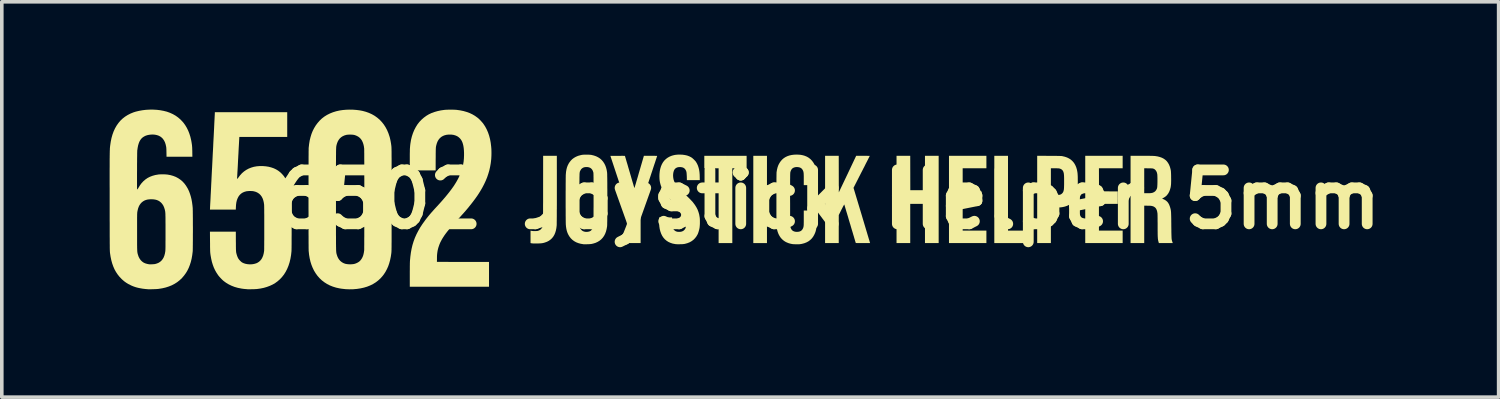
<source format=kicad_pcb>
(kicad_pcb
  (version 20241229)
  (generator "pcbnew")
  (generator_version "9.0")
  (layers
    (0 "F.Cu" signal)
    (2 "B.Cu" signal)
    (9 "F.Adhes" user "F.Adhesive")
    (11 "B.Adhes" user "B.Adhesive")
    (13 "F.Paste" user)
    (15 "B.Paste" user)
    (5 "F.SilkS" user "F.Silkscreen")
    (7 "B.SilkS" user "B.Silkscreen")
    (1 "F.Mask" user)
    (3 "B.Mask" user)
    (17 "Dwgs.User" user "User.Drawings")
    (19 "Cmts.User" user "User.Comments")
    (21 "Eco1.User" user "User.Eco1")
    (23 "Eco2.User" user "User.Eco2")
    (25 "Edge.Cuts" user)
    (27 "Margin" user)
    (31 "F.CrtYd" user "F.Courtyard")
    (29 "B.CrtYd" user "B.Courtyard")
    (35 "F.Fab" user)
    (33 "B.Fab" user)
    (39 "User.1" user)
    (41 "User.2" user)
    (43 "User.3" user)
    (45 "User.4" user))
  (footprint "6502 Joystick Helper 5mm"
    (layer "F.Cu")
    (at 19.987 2.499)
    (property "Reference" "6502 Joystick Helper 5mm" (at 0 0 0) (layer "F.SilkS") (effects (font (size 1.5 1.5) (thickness 0.3))))
    (attr board_only exclude_from_pos_files exclude_from_bom)
    (fp_poly (pts (xy -1.699 0) (xy -1.699 1.214) (xy -1.889 1.214) (xy -2.079 1.214) (xy -2.079 0) (xy -2.079 -1.214) (xy -1.889 -1.214) (xy -1.699 -1.214)) (stroke (width 0) (type solid)) (fill yes) (layer "F.SilkS"))
    (fp_poly (pts (xy 5.007 -0.173) (xy 5.007 0.867) (xy 5.32 0.867) (xy 5.633 0.867) (xy 5.633 1.041) (xy 5.633 1.214) (xy 5.129 1.214) (xy 4.626 1.214) (xy 4.626 0) (xy 4.626 -1.214) (xy 4.816 -1.214) (xy 5.007 -1.214)) (stroke (width 0) (type solid)) (fill yes) (layer "F.SilkS"))
    (fp_poly (pts (xy -2.265 -1.041) (xy -2.265 -0.867) (xy -2.464 -0.867) (xy -2.663 -0.867) (xy -2.663 0.173) (xy -2.663 1.214) (xy -2.853 1.214) (xy -3.044 1.214) (xy -3.044 0.173) (xy -3.044 -0.867) (xy -3.243 -0.867) (xy -3.442 -0.867) (xy -3.442 -1.041) (xy -3.442 -1.214) (xy -2.853 -1.214) (xy -2.265 -1.214)) (stroke (width 0) (type solid)) (fill yes) (layer "F.SilkS"))
    (fp_poly (pts (xy 2.288 -0.72) (xy 2.289 -0.226) (xy 2.493 -0.225) (xy 2.697 -0.224) (xy 2.697 -0.719) (xy 2.697 -1.214) (xy 2.887 -1.214) (xy 3.078 -1.214) (xy 3.078 0) (xy 3.078 1.214) (xy 2.887 1.214) (xy 2.697 1.214) (xy 2.697 0.668) (xy 2.697 0.123) (xy 2.492 0.123) (xy 2.287 0.123) (xy 2.287 0.668) (xy 2.287 1.214) (xy 2.096 1.214) (xy 1.906 1.214) (xy 1.906 0) (xy 1.906 -1.214) (xy 2.096 -1.214) (xy 2.287 -1.214)) (stroke (width 0) (type solid)) (fill yes) (layer "F.SilkS"))
    (fp_poly (pts (xy 4.406 -1.041) (xy 4.406 -0.867) (xy 4.076 -0.867) (xy 3.746 -0.867) (xy 3.746 -0.546) (xy 3.746 -0.224) (xy 4.008 -0.224) (xy 4.271 -0.224) (xy 4.27 -0.052) (xy 4.269 0.121) (xy 4.007 0.122) (xy 3.746 0.123) (xy 3.746 0.495) (xy 3.746 0.867) (xy 4.076 0.867) (xy 4.406 0.867) (xy 4.406 1.041) (xy 4.406 1.214) (xy 3.886 1.214) (xy 3.365 1.214) (xy 3.365 0) (xy 3.365 -1.214) (xy 3.886 -1.214) (xy 4.406 -1.214)) (stroke (width 0) (type solid)) (fill yes) (layer "F.SilkS"))
    (fp_poly (pts (xy 8.197 -1.041) (xy 8.197 -0.867) (xy 7.867 -0.867) (xy 7.537 -0.867) (xy 7.538 -0.547) (xy 7.539 -0.226) (xy 7.8 -0.225) (xy 8.061 -0.224) (xy 8.061 -0.051) (xy 8.061 0.123) (xy 7.799 0.123) (xy 7.537 0.123) (xy 7.537 0.495) (xy 7.537 0.867) (xy 7.867 0.867) (xy 8.197 0.867) (xy 8.197 1.041) (xy 8.197 1.214) (xy 7.676 1.214) (xy 7.156 1.214) (xy 7.156 0) (xy 7.156 -1.214) (xy 7.676 -1.214) (xy 8.197 -1.214)) (stroke (width 0) (type solid)) (fill yes) (layer "F.SilkS"))
    (fp_poly (pts (xy -4.893 -1.214) (xy -4.855 -1.214) (xy -4.825 -1.214) (xy -4.802 -1.213) (xy -4.783 -1.213) (xy -4.77 -1.212) (xy -4.762 -1.212) (xy -4.757 -1.21) (xy -4.755 -1.209) (xy -4.754 -1.208) (xy -4.756 -1.203) (xy -4.76 -1.191) (xy -4.767 -1.172) (xy -4.775 -1.146) (xy -4.786 -1.113) (xy -4.799 -1.074) (xy -4.813 -1.03) (xy -4.83 -0.981) (xy -4.848 -0.927) (xy -4.867 -0.869) (xy -4.887 -0.807) (xy -4.909 -0.741) (xy -4.932 -0.672) (xy -4.955 -0.601) (xy -4.98 -0.528) (xy -4.985 -0.51) (xy -5.214 0.181) (xy -5.214 0.698) (xy -5.214 1.214) (xy -5.404 1.214) (xy -5.595 1.214) (xy -5.595 0.697) (xy -5.595 0.179) (xy -5.825 -0.516) (xy -6.055 -1.212) (xy -5.854 -1.213) (xy -5.813 -1.213) (xy -5.776 -1.213) (xy -5.741 -1.214) (xy -5.711 -1.214) (xy -5.687 -1.213) (xy -5.668 -1.213) (xy -5.656 -1.213) (xy -5.651 -1.213) (xy -5.651 -1.213) (xy -5.65 -1.209) (xy -5.646 -1.197) (xy -5.641 -1.178) (xy -5.633 -1.153) (xy -5.624 -1.121) (xy -5.613 -1.084) (xy -5.601 -1.042) (xy -5.587 -0.996) (xy -5.572 -0.946) (xy -5.557 -0.892) (xy -5.54 -0.835) (xy -5.523 -0.776) (xy -5.52 -0.768) (xy -5.503 -0.708) (xy -5.486 -0.651) (xy -5.471 -0.597) (xy -5.456 -0.546) (xy -5.442 -0.499) (xy -5.429 -0.456) (xy -5.418 -0.419) (xy -5.409 -0.386) (xy -5.401 -0.36) (xy -5.395 -0.34) (xy -5.391 -0.327) (xy -5.389 -0.322) (xy -5.389 -0.322) (xy -5.386 -0.323) (xy -5.384 -0.325) (xy -5.382 -0.33) (xy -5.378 -0.342) (xy -5.373 -0.361) (xy -5.365 -0.387) (xy -5.355 -0.419) (xy -5.344 -0.456) (xy -5.332 -0.499) (xy -5.318 -0.546) (xy -5.303 -0.596) (xy -5.287 -0.65) (xy -5.271 -0.707) (xy -5.254 -0.766) (xy -5.252 -0.772) (xy -5.123 -1.214) (xy -4.938 -1.214)) (stroke (width 0) (type solid)) (fill yes) (layer "F.SilkS"))
    (fp_poly (pts (xy -7.545 -0.273) (xy -7.545 -0.155) (xy -7.545 -0.044) (xy -7.545 0.06) (xy -7.545 0.157) (xy -7.546 0.246) (xy -7.546 0.329) (xy -7.546 0.404) (xy -7.546 0.471) (xy -7.547 0.531) (xy -7.547 0.583) (xy -7.548 0.627) (xy -7.548 0.663) (xy -7.548 0.691) (xy -7.549 0.71) (xy -7.549 0.722) (xy -7.549 0.722) (xy -7.558 0.798) (xy -7.572 0.867) (xy -7.591 0.929) (xy -7.615 0.985) (xy -7.645 1.035) (xy -7.68 1.079) (xy -7.721 1.117) (xy -7.767 1.15) (xy -7.819 1.177) (xy -7.863 1.193) (xy -7.89 1.202) (xy -7.915 1.209) (xy -7.939 1.214) (xy -7.964 1.218) (xy -7.992 1.221) (xy -8.024 1.223) (xy -8.061 1.224) (xy -8.091 1.225) (xy -8.122 1.225) (xy -8.152 1.225) (xy -8.18 1.225) (xy -8.203 1.224) (xy -8.221 1.223) (xy -8.228 1.222) (xy -8.245 1.22) (xy -8.259 1.218) (xy -8.267 1.216) (xy -8.277 1.214) (xy -8.277 1.041) (xy -8.277 0.869) (xy -8.248 0.874) (xy -8.228 0.877) (xy -8.203 0.879) (xy -8.175 0.88) (xy -8.146 0.88) (xy -8.118 0.879) (xy -8.094 0.877) (xy -8.076 0.875) (xy -8.073 0.874) (xy -8.034 0.86) (xy -8.001 0.84) (xy -7.975 0.814) (xy -7.954 0.783) (xy -7.938 0.744) (xy -7.936 0.736) (xy -7.935 0.732) (xy -7.934 0.728) (xy -7.933 0.723) (xy -7.933 0.717) (xy -7.932 0.708) (xy -7.932 0.698) (xy -7.931 0.685) (xy -7.931 0.67) (xy -7.93 0.652) (xy -7.93 0.63) (xy -7.929 0.604) (xy -7.929 0.575) (xy -7.929 0.541) (xy -7.929 0.502) (xy -7.928 0.459) (xy -7.928 0.41) (xy -7.928 0.355) (xy -7.928 0.294) (xy -7.928 0.227) (xy -7.928 0.154) (xy -7.927 0.073) (xy -7.927 -0.015) (xy -7.927 -0.111) (xy -7.927 -0.215) (xy -7.927 -0.253) (xy -7.926 -1.214) (xy -7.735 -1.214) (xy -7.545 -1.214)) (stroke (width 0) (type solid)) (fill yes) (layer "F.SilkS"))
    (fp_poly (pts (xy 0.299 -0.705) (xy 0.3 -0.197) (xy 0.542 -0.705) (xy 0.783 -1.214) (xy 0.972 -1.214) (xy 1.011 -1.214) (xy 1.047 -1.214) (xy 1.08 -1.214) (xy 1.109 -1.213) (xy 1.132 -1.213) (xy 1.149 -1.213) (xy 1.159 -1.212) (xy 1.161 -1.212) (xy 1.159 -1.208) (xy 1.154 -1.197) (xy 1.145 -1.179) (xy 1.133 -1.156) (xy 1.118 -1.126) (xy 1.101 -1.092) (xy 1.081 -1.052) (xy 1.058 -1.009) (xy 1.034 -0.961) (xy 1.009 -0.91) (xy 0.981 -0.857) (xy 0.953 -0.801) (xy 0.935 -0.767) (xy 0.709 -0.323) (xy 0.94 0.444) (xy 0.963 0.522) (xy 0.986 0.598) (xy 1.008 0.672) (xy 1.029 0.742) (xy 1.049 0.809) (xy 1.068 0.873) (xy 1.086 0.932) (xy 1.102 0.987) (xy 1.117 1.036) (xy 1.13 1.081) (xy 1.142 1.119) (xy 1.152 1.152) (xy 1.159 1.178) (xy 1.165 1.197) (xy 1.169 1.209) (xy 1.17 1.213) (xy 1.166 1.213) (xy 1.154 1.213) (xy 1.135 1.214) (xy 1.111 1.214) (xy 1.081 1.214) (xy 1.047 1.214) (xy 1.01 1.214) (xy 0.971 1.214) (xy 0.925 1.214) (xy 0.886 1.214) (xy 0.855 1.214) (xy 0.83 1.214) (xy 0.81 1.213) (xy 0.796 1.213) (xy 0.785 1.212) (xy 0.778 1.211) (xy 0.774 1.21) (xy 0.771 1.209) (xy 0.77 1.207) (xy 0.77 1.207) (xy 0.769 1.202) (xy 0.765 1.189) (xy 0.759 1.17) (xy 0.751 1.143) (xy 0.742 1.111) (xy 0.73 1.073) (xy 0.718 1.029) (xy 0.703 0.981) (xy 0.688 0.929) (xy 0.671 0.873) (xy 0.653 0.814) (xy 0.635 0.752) (xy 0.616 0.687) (xy 0.611 0.673) (xy 0.592 0.608) (xy 0.573 0.545) (xy 0.556 0.485) (xy 0.539 0.429) (xy 0.523 0.376) (xy 0.508 0.327) (xy 0.495 0.282) (xy 0.483 0.243) (xy 0.473 0.209) (xy 0.465 0.182) (xy 0.459 0.161) (xy 0.454 0.147) (xy 0.452 0.14) (xy 0.452 0.14) (xy 0.45 0.142) (xy 0.444 0.151) (xy 0.435 0.167) (xy 0.423 0.188) (xy 0.409 0.215) (xy 0.393 0.247) (xy 0.374 0.283) (xy 0.374 0.283) (xy 0.299 0.434) (xy 0.298 0.824) (xy 0.298 1.214) (xy 0.108 1.214) (xy -0.082 1.214) (xy -0.082 0) (xy -0.082 -1.214) (xy 0.108 -1.214) (xy 0.298 -1.214)) (stroke (width 0) (type solid)) (fill yes) (layer "F.SilkS"))
    (fp_poly (pts (xy 6.152 -1.213) (xy 6.214 -1.213) (xy 6.269 -1.212) (xy 6.316 -1.212) (xy 6.356 -1.212) (xy 6.391 -1.211) (xy 6.42 -1.211) (xy 6.444 -1.21) (xy 6.464 -1.209) (xy 6.48 -1.209) (xy 6.493 -1.208) (xy 6.504 -1.207) (xy 6.513 -1.206) (xy 6.52 -1.204) (xy 6.521 -1.204) (xy 6.589 -1.188) (xy 6.65 -1.167) (xy 6.705 -1.14) (xy 6.753 -1.109) (xy 6.795 -1.072) (xy 6.832 -1.03) (xy 6.849 -1.007) (xy 6.88 -0.953) (xy 6.905 -0.895) (xy 6.924 -0.831) (xy 6.933 -0.787) (xy 6.937 -0.763) (xy 6.941 -0.738) (xy 6.943 -0.711) (xy 6.945 -0.682) (xy 6.947 -0.648) (xy 6.948 -0.609) (xy 6.948 -0.563) (xy 6.949 -0.511) (xy 6.949 -0.491) (xy 6.948 -0.433) (xy 6.948 -0.382) (xy 6.946 -0.338) (xy 6.945 -0.299) (xy 6.942 -0.265) (xy 6.939 -0.234) (xy 6.934 -0.206) (xy 6.929 -0.179) (xy 6.923 -0.153) (xy 6.92 -0.144) (xy 6.899 -0.079) (xy 6.872 -0.021) (xy 6.839 0.031) (xy 6.801 0.077) (xy 6.756 0.117) (xy 6.706 0.15) (xy 6.651 0.177) (xy 6.59 0.198) (xy 6.569 0.203) (xy 6.542 0.209) (xy 6.515 0.214) (xy 6.487 0.218) (xy 6.457 0.221) (xy 6.423 0.223) (xy 6.384 0.224) (xy 6.338 0.224) (xy 6.321 0.224) (xy 6.2 0.224) (xy 6.2 0.719) (xy 6.2 1.214) (xy 6.009 1.214) (xy 5.819 1.214) (xy 5.819 -0.000213) (xy 5.819 -0.495) (xy 6.2 -0.495) (xy 6.2 -0.123) (xy 6.308 -0.123) (xy 6.345 -0.123) (xy 6.374 -0.123) (xy 6.396 -0.124) (xy 6.414 -0.125) (xy 6.428 -0.127) (xy 6.439 -0.129) (xy 6.442 -0.129) (xy 6.465 -0.136) (xy 6.482 -0.144) (xy 6.498 -0.155) (xy 6.513 -0.168) (xy 6.531 -0.189) (xy 6.545 -0.214) (xy 6.555 -0.246) (xy 6.562 -0.278) (xy 6.563 -0.295) (xy 6.565 -0.32) (xy 6.566 -0.35) (xy 6.567 -0.385) (xy 6.568 -0.424) (xy 6.568 -0.465) (xy 6.568 -0.506) (xy 6.568 -0.548) (xy 6.568 -0.587) (xy 6.567 -0.624) (xy 6.566 -0.657) (xy 6.564 -0.685) (xy 6.562 -0.705) (xy 6.562 -0.712) (xy 6.553 -0.752) (xy 6.541 -0.785) (xy 6.524 -0.811) (xy 6.502 -0.832) (xy 6.481 -0.845) (xy 6.468 -0.851) (xy 6.455 -0.856) (xy 6.442 -0.86) (xy 6.428 -0.863) (xy 6.41 -0.865) (xy 6.388 -0.866) (xy 6.36 -0.867) (xy 6.326 -0.867) (xy 6.309 -0.867) (xy 6.2 -0.867) (xy 6.2 -0.495) (xy 5.819 -0.495) (xy 5.819 -1.215)) (stroke (width 0) (type solid)) (fill yes) (layer "F.SilkS"))
    (fp_poly (pts (xy 8.793 -1.214) (xy 8.848 -1.214) (xy 8.896 -1.214) (xy 8.937 -1.214) (xy 8.972 -1.213) (xy 9.002 -1.213) (xy 9.028 -1.212) (xy 9.049 -1.211) (xy 9.067 -1.211) (xy 9.082 -1.209) (xy 9.095 -1.208) (xy 9.1 -1.208) (xy 9.17 -1.197) (xy 9.234 -1.18) (xy 9.292 -1.159) (xy 9.343 -1.132) (xy 9.388 -1.099) (xy 9.427 -1.061) (xy 9.46 -1.016) (xy 9.488 -0.966) (xy 9.511 -0.909) (xy 9.529 -0.845) (xy 9.534 -0.819) (xy 9.537 -0.806) (xy 9.539 -0.792) (xy 9.54 -0.778) (xy 9.541 -0.762) (xy 9.542 -0.742) (xy 9.543 -0.719) (xy 9.544 -0.69) (xy 9.545 -0.654) (xy 9.545 -0.617) (xy 9.546 -0.563) (xy 9.546 -0.517) (xy 9.545 -0.477) (xy 9.544 -0.443) (xy 9.542 -0.413) (xy 9.539 -0.386) (xy 9.536 -0.362) (xy 9.532 -0.339) (xy 9.529 -0.326) (xy 9.512 -0.266) (xy 9.49 -0.211) (xy 9.463 -0.163) (xy 9.431 -0.121) (xy 9.409 -0.098) (xy 9.391 -0.083) (xy 9.37 -0.068) (xy 9.347 -0.053) (xy 9.326 -0.041) (xy 9.314 -0.036) (xy 9.304 -0.031) (xy 9.298 -0.026) (xy 9.298 -0.025) (xy 9.302 -0.021) (xy 9.312 -0.016) (xy 9.326 -0.01) (xy 9.33 -0.008) (xy 9.371 0.012) (xy 9.408 0.037) (xy 9.44 0.066) (xy 9.467 0.102) (xy 9.49 0.144) (xy 9.509 0.193) (xy 9.523 0.238) (xy 9.527 0.254) (xy 9.531 0.269) (xy 9.534 0.284) (xy 9.537 0.299) (xy 9.539 0.315) (xy 9.541 0.332) (xy 9.543 0.353) (xy 9.544 0.376) (xy 9.545 0.402) (xy 9.546 0.433) (xy 9.547 0.469) (xy 9.548 0.51) (xy 9.549 0.557) (xy 9.549 0.611) (xy 9.55 0.672) (xy 9.55 0.719) (xy 9.551 0.786) (xy 9.552 0.844) (xy 9.552 0.895) (xy 9.553 0.94) (xy 9.554 0.979) (xy 9.555 1.012) (xy 9.556 1.04) (xy 9.557 1.064) (xy 9.558 1.085) (xy 9.56 1.102) (xy 9.562 1.118) (xy 9.565 1.131) (xy 9.568 1.143) (xy 9.571 1.155) (xy 9.575 1.167) (xy 9.579 1.179) (xy 9.579 1.179) (xy 9.591 1.214) (xy 9.398 1.214) (xy 9.205 1.214) (xy 9.196 1.186) (xy 9.192 1.17) (xy 9.188 1.155) (xy 9.184 1.139) (xy 9.181 1.122) (xy 9.179 1.103) (xy 9.176 1.082) (xy 9.175 1.057) (xy 9.173 1.029) (xy 9.172 0.996) (xy 9.171 0.958) (xy 9.171 0.915) (xy 9.17 0.865) (xy 9.17 0.809) (xy 9.17 0.745) (xy 9.17 0.704) (xy 9.17 0.655) (xy 9.169 0.607) (xy 9.169 0.562) (xy 9.169 0.52) (xy 9.168 0.482) (xy 9.168 0.449) (xy 9.167 0.422) (xy 9.166 0.401) (xy 9.166 0.388) (xy 9.165 0.385) (xy 9.157 0.336) (xy 9.145 0.295) (xy 9.129 0.26) (xy 9.108 0.232) (xy 9.081 0.21) (xy 9.05 0.193) (xy 9.013 0.182) (xy 9.001 0.18) (xy 8.983 0.177) (xy 8.957 0.175) (xy 8.926 0.174) (xy 8.891 0.174) (xy 8.883 0.174) (xy 8.797 0.173) (xy 8.797 0.694) (xy 8.797 1.214) (xy 8.607 1.214) (xy 8.417 1.214) (xy 8.417 0) (xy 8.417 -0.521) (xy 8.797 -0.521) (xy 8.797 -0.173) (xy 8.881 -0.174) (xy 8.909 -0.174) (xy 8.936 -0.174) (xy 8.96 -0.175) (xy 8.98 -0.176) (xy 8.993 -0.178) (xy 9.034 -0.187) (xy 9.07 -0.204) (xy 9.101 -0.226) (xy 9.125 -0.255) (xy 9.145 -0.29) (xy 9.155 -0.319) (xy 9.157 -0.332) (xy 9.16 -0.352) (xy 9.161 -0.377) (xy 9.163 -0.408) (xy 9.164 -0.442) (xy 9.165 -0.479) (xy 9.165 -0.516) (xy 9.165 -0.554) (xy 9.165 -0.591) (xy 9.164 -0.625) (xy 9.163 -0.656) (xy 9.162 -0.681) (xy 9.16 -0.701) (xy 9.159 -0.708) (xy 9.149 -0.75) (xy 9.133 -0.786) (xy 9.111 -0.816) (xy 9.086 -0.84) (xy 9.056 -0.855) (xy 9.049 -0.858) (xy 9.041 -0.86) (xy 9.032 -0.862) (xy 9.022 -0.863) (xy 9.007 -0.864) (xy 8.989 -0.865) (xy 8.964 -0.866) (xy 8.933 -0.866) (xy 8.915 -0.866) (xy 8.797 -0.868) (xy 8.797 -0.521) (xy 8.417 -0.521) (xy 8.417 -1.214) (xy 8.731 -1.214)) (stroke (width 0) (type solid)) (fill yes) (layer "F.SilkS"))
    (fp_poly (pts (xy -4.05 -1.245) (xy -3.983 -1.236) (xy -3.92 -1.222) (xy -3.863 -1.201) (xy -3.811 -1.175) (xy -3.802 -1.169) (xy -3.78 -1.154) (xy -3.756 -1.133) (xy -3.731 -1.11) (xy -3.707 -1.085) (xy -3.686 -1.062) (xy -3.671 -1.041) (xy -3.643 -0.993) (xy -3.62 -0.942) (xy -3.602 -0.887) (xy -3.587 -0.828) (xy -3.577 -0.763) (xy -3.571 -0.691) (xy -3.569 -0.613) (xy -3.569 -0.602) (xy -3.568 -0.537) (xy -3.748 -0.537) (xy -3.927 -0.537) (xy -3.929 -0.634) (xy -3.931 -0.674) (xy -3.933 -0.706) (xy -3.935 -0.734) (xy -3.938 -0.756) (xy -3.942 -0.775) (xy -3.948 -0.792) (xy -3.953 -0.804) (xy -3.971 -0.836) (xy -3.994 -0.862) (xy -4.022 -0.881) (xy -4.056 -0.894) (xy -4.095 -0.9) (xy -4.121 -0.901) (xy -4.163 -0.899) (xy -4.199 -0.89) (xy -4.23 -0.874) (xy -4.256 -0.853) (xy -4.277 -0.825) (xy -4.292 -0.79) (xy -4.303 -0.749) (xy -4.309 -0.708) (xy -4.311 -0.655) (xy -4.306 -0.6) (xy -4.297 -0.554) (xy -4.284 -0.513) (xy -4.266 -0.472) (xy -4.243 -0.431) (xy -4.215 -0.388) (xy -4.181 -0.345) (xy -4.14 -0.299) (xy -4.093 -0.25) (xy -4.039 -0.199) (xy -4.019 -0.18) (xy -3.975 -0.14) (xy -3.933 -0.1) (xy -3.892 -0.061) (xy -3.854 -0.023) (xy -3.82 0.012) (xy -3.79 0.044) (xy -3.764 0.072) (xy -3.751 0.089) (xy -3.703 0.153) (xy -3.663 0.217) (xy -3.63 0.281) (xy -3.605 0.348) (xy -3.585 0.417) (xy -3.572 0.491) (xy -3.568 0.524) (xy -3.566 0.555) (xy -3.565 0.591) (xy -3.565 0.63) (xy -3.565 0.671) (xy -3.567 0.711) (xy -3.57 0.749) (xy -3.573 0.781) (xy -3.577 0.803) (xy -3.583 0.831) (xy -3.591 0.862) (xy -3.6 0.894) (xy -3.61 0.925) (xy -3.62 0.952) (xy -3.63 0.973) (xy -3.63 0.974) (xy -3.663 1.03) (xy -3.702 1.08) (xy -3.746 1.124) (xy -3.796 1.161) (xy -3.851 1.192) (xy -3.912 1.216) (xy -3.977 1.234) (xy -3.996 1.238) (xy -4.02 1.241) (xy -4.05 1.244) (xy -4.085 1.245) (xy -4.122 1.246) (xy -4.159 1.247) (xy -4.195 1.246) (xy -4.226 1.244) (xy -4.251 1.242) (xy -4.254 1.241) (xy -4.322 1.228) (xy -4.385 1.207) (xy -4.442 1.181) (xy -4.493 1.148) (xy -4.539 1.109) (xy -4.579 1.064) (xy -4.614 1.012) (xy -4.642 0.954) (xy -4.665 0.89) (xy -4.683 0.82) (xy -4.694 0.747) (xy -4.695 0.731) (xy -4.696 0.709) (xy -4.697 0.683) (xy -4.698 0.652) (xy -4.698 0.621) (xy -4.698 0.604) (xy -4.698 0.499) (xy -4.518 0.499) (xy -4.339 0.499) (xy -4.337 0.619) (xy -4.337 0.658) (xy -4.336 0.689) (xy -4.335 0.715) (xy -4.333 0.736) (xy -4.331 0.753) (xy -4.327 0.768) (xy -4.323 0.782) (xy -4.317 0.796) (xy -4.31 0.811) (xy -4.31 0.811) (xy -4.292 0.84) (xy -4.267 0.865) (xy -4.238 0.884) (xy -4.204 0.896) (xy -4.2 0.897) (xy -4.182 0.9) (xy -4.158 0.901) (xy -4.133 0.901) (xy -4.108 0.9) (xy -4.088 0.898) (xy -4.082 0.896) (xy -4.046 0.884) (xy -4.015 0.865) (xy -3.99 0.84) (xy -3.971 0.811) (xy -3.964 0.794) (xy -3.953 0.755) (xy -3.947 0.711) (xy -3.944 0.663) (xy -3.946 0.613) (xy -3.951 0.564) (xy -3.961 0.517) (xy -3.971 0.48) (xy -3.983 0.451) (xy -3.995 0.423) (xy -4.01 0.395) (xy -4.028 0.367) (xy -4.049 0.338) (xy -4.073 0.307) (xy -4.102 0.275) (xy -4.135 0.24) (xy -4.173 0.202) (xy -4.217 0.16) (xy -4.267 0.113) (xy -4.278 0.103) (xy -4.343 0.042) (xy -4.401 -0.016) (xy -4.453 -0.071) (xy -4.499 -0.123) (xy -4.538 -0.174) (xy -4.573 -0.224) (xy -4.602 -0.273) (xy -4.626 -0.323) (xy -4.647 -0.373) (xy -4.663 -0.425) (xy -4.676 -0.478) (xy -4.683 -0.517) (xy -4.686 -0.542) (xy -4.689 -0.574) (xy -4.69 -0.608) (xy -4.691 -0.645) (xy -4.69 -0.68) (xy -4.689 -0.709) (xy -4.681 -0.786) (xy -4.667 -0.857) (xy -4.647 -0.923) (xy -4.621 -0.983) (xy -4.589 -1.038) (xy -4.551 -1.086) (xy -4.507 -1.128) (xy -4.458 -1.164) (xy -4.403 -1.194) (xy -4.343 -1.218) (xy -4.286 -1.233) (xy -4.25 -1.24) (xy -4.216 -1.244) (xy -4.179 -1.247) (xy -4.138 -1.248) (xy -4.123 -1.248)) (stroke (width 0) (type solid)) (fill yes) (layer "F.SilkS"))
    (fp_poly (pts (xy -0.817 -1.246) (xy -0.765 -1.242) (xy -0.716 -1.233) (xy -0.669 -1.221) (xy -0.645 -1.213) (xy -0.587 -1.189) (xy -0.535 -1.158) (xy -0.487 -1.12) (xy -0.445 -1.076) (xy -0.408 -1.026) (xy -0.377 -0.971) (xy -0.352 -0.909) (xy -0.341 -0.871) (xy -0.336 -0.851) (xy -0.331 -0.833) (xy -0.328 -0.815) (xy -0.325 -0.796) (xy -0.322 -0.776) (xy -0.321 -0.753) (xy -0.319 -0.727) (xy -0.318 -0.696) (xy -0.317 -0.66) (xy -0.317 -0.617) (xy -0.316 -0.579) (xy -0.314 -0.398) (xy -0.495 -0.398) (xy -0.675 -0.398) (xy -0.675 -0.558) (xy -0.675 -0.605) (xy -0.675 -0.645) (xy -0.676 -0.678) (xy -0.677 -0.705) (xy -0.678 -0.728) (xy -0.681 -0.747) (xy -0.683 -0.763) (xy -0.687 -0.777) (xy -0.692 -0.791) (xy -0.697 -0.804) (xy -0.699 -0.809) (xy -0.718 -0.84) (xy -0.741 -0.865) (xy -0.77 -0.883) (xy -0.805 -0.895) (xy -0.846 -0.901) (xy -0.865 -0.902) (xy -0.908 -0.899) (xy -0.945 -0.889) (xy -0.977 -0.874) (xy -1.003 -0.852) (xy -1.024 -0.823) (xy -1.04 -0.788) (xy -1.049 -0.754) (xy -1.05 -0.749) (xy -1.051 -0.743) (xy -1.051 -0.735) (xy -1.052 -0.725) (xy -1.052 -0.712) (xy -1.053 -0.696) (xy -1.053 -0.677) (xy -1.054 -0.655) (xy -1.054 -0.628) (xy -1.054 -0.597) (xy -1.055 -0.561) (xy -1.055 -0.519) (xy -1.055 -0.473) (xy -1.055 -0.42) (xy -1.055 -0.361) (xy -1.055 -0.295) (xy -1.055 -0.222) (xy -1.055 -0.141) (xy -1.056 -0.053) (xy -1.056 0.002) (xy -1.055 0.106) (xy -1.055 0.202) (xy -1.055 0.289) (xy -1.055 0.369) (xy -1.055 0.44) (xy -1.055 0.504) (xy -1.054 0.56) (xy -1.054 0.609) (xy -1.054 0.65) (xy -1.053 0.684) (xy -1.053 0.711) (xy -1.052 0.73) (xy -1.052 0.743) (xy -1.051 0.75) (xy -1.039 0.791) (xy -1.023 0.826) (xy -1.002 0.854) (xy -0.976 0.875) (xy -0.944 0.89) (xy -0.907 0.899) (xy -0.867 0.902) (xy -0.825 0.899) (xy -0.788 0.891) (xy -0.757 0.877) (xy -0.732 0.857) (xy -0.711 0.831) (xy -0.702 0.815) (xy -0.697 0.803) (xy -0.692 0.791) (xy -0.687 0.779) (xy -0.684 0.767) (xy -0.681 0.753) (xy -0.679 0.736) (xy -0.677 0.716) (xy -0.676 0.692) (xy -0.676 0.663) (xy -0.675 0.628) (xy -0.675 0.587) (xy -0.675 0.538) (xy -0.675 0.516) (xy -0.675 0.309) (xy -0.495 0.309) (xy -0.315 0.309) (xy -0.316 0.534) (xy -0.317 0.586) (xy -0.317 0.63) (xy -0.318 0.667) (xy -0.318 0.698) (xy -0.319 0.723) (xy -0.32 0.744) (xy -0.321 0.761) (xy -0.322 0.776) (xy -0.323 0.788) (xy -0.325 0.798) (xy -0.325 0.8) (xy -0.334 0.843) (xy -0.344 0.884) (xy -0.356 0.919) (xy -0.358 0.926) (xy -0.386 0.987) (xy -0.418 1.042) (xy -0.456 1.09) (xy -0.499 1.131) (xy -0.548 1.167) (xy -0.603 1.196) (xy -0.663 1.219) (xy -0.729 1.236) (xy -0.778 1.244) (xy -0.799 1.246) (xy -0.827 1.247) (xy -0.859 1.247) (xy -0.893 1.247) (xy -0.925 1.246) (xy -0.955 1.245) (xy -0.98 1.243) (xy -0.988 1.242) (xy -1.032 1.234) (xy -1.071 1.224) (xy -1.11 1.212) (xy -1.114 1.21) (xy -1.172 1.185) (xy -1.224 1.153) (xy -1.27 1.115) (xy -1.312 1.071) (xy -1.347 1.02) (xy -1.377 0.964) (xy -1.401 0.902) (xy -1.419 0.835) (xy -1.431 0.762) (xy -1.432 0.756) (xy -1.432 0.747) (xy -1.433 0.729) (xy -1.433 0.704) (xy -1.434 0.672) (xy -1.434 0.634) (xy -1.435 0.591) (xy -1.435 0.542) (xy -1.435 0.488) (xy -1.436 0.431) (xy -1.436 0.369) (xy -1.436 0.305) (xy -1.436 0.239) (xy -1.436 0.17) (xy -1.436 0.101) (xy -1.436 0.03) (xy -1.436 -0.041) (xy -1.436 -0.111) (xy -1.436 -0.181) (xy -1.436 -0.249) (xy -1.436 -0.315) (xy -1.436 -0.379) (xy -1.436 -0.44) (xy -1.435 -0.497) (xy -1.435 -0.549) (xy -1.435 -0.598) (xy -1.434 -0.641) (xy -1.434 -0.678) (xy -1.433 -0.708) (xy -1.433 -0.732) (xy -1.432 -0.749) (xy -1.432 -0.756) (xy -1.42 -0.829) (xy -1.403 -0.897) (xy -1.38 -0.959) (xy -1.35 -1.015) (xy -1.315 -1.066) (xy -1.275 -1.111) (xy -1.229 -1.15) (xy -1.178 -1.182) (xy -1.126 -1.206) (xy -1.072 -1.224) (xy -1.013 -1.237) (xy -0.95 -1.245) (xy -0.881 -1.248) (xy -0.876 -1.248)) (stroke (width 0) (type solid)) (fill yes) (layer "F.SilkS"))
    (fp_poly (pts (xy -10.458 -2.497) (xy -10.42 -2.497) (xy -10.386 -2.496) (xy -10.357 -2.494) (xy -10.337 -2.493) (xy -10.237 -2.479) (xy -10.143 -2.46) (xy -10.056 -2.435) (xy -9.973 -2.405) (xy -9.897 -2.369) (xy -9.825 -2.327) (xy -9.758 -2.279) (xy -9.747 -2.271) (xy -9.719 -2.247) (xy -9.689 -2.218) (xy -9.658 -2.186) (xy -9.629 -2.153) (xy -9.602 -2.122) (xy -9.588 -2.103) (xy -9.539 -2.029) (xy -9.497 -1.95) (xy -9.46 -1.866) (xy -9.429 -1.776) (xy -9.404 -1.681) (xy -9.385 -1.58) (xy -9.372 -1.472) (xy -9.369 -1.437) (xy -9.366 -1.402) (xy -9.365 -1.361) (xy -9.364 -1.316) (xy -9.364 -1.27) (xy -9.365 -1.223) (xy -9.367 -1.18) (xy -9.369 -1.141) (xy -9.371 -1.115) (xy -9.383 -1.012) (xy -9.401 -0.91) (xy -9.423 -0.811) (xy -9.452 -0.712) (xy -9.485 -0.614) (xy -9.525 -0.517) (xy -9.571 -0.419) (xy -9.623 -0.32) (xy -9.682 -0.22) (xy -9.747 -0.118) (xy -9.82 -0.015) (xy -9.9 0.091) (xy -9.987 0.2) (xy -10.02 0.241) (xy -10.053 0.28) (xy -10.085 0.318) (xy -10.118 0.355) (xy -10.151 0.393) (xy -10.188 0.433) (xy -10.227 0.477) (xy -10.271 0.525) (xy -10.295 0.55) (xy -10.366 0.628) (xy -10.431 0.7) (xy -10.49 0.768) (xy -10.543 0.832) (xy -10.592 0.892) (xy -10.635 0.948) (xy -10.674 1.002) (xy -10.708 1.054) (xy -10.739 1.104) (xy -10.765 1.153) (xy -10.789 1.2) (xy -10.809 1.247) (xy -10.826 1.295) (xy -10.842 1.342) (xy -10.851 1.377) (xy -10.862 1.423) (xy -10.869 1.468) (xy -10.875 1.515) (xy -10.879 1.565) (xy -10.88 1.622) (xy -10.88 1.637) (xy -10.881 1.737) (xy -10.156 1.738) (xy -9.432 1.739) (xy -9.432 2.084) (xy -9.432 2.428) (xy -10.534 2.428) (xy -11.636 2.428) (xy -11.636 2.104) (xy -11.636 2.05) (xy -11.636 1.998) (xy -11.635 1.947) (xy -11.635 1.9) (xy -11.635 1.856) (xy -11.634 1.816) (xy -11.634 1.781) (xy -11.633 1.753) (xy -11.632 1.731) (xy -11.632 1.718) (xy -11.621 1.596) (xy -11.606 1.481) (xy -11.586 1.372) (xy -11.561 1.267) (xy -11.53 1.166) (xy -11.494 1.068) (xy -11.451 0.971) (xy -11.402 0.876) (xy -11.347 0.78) (xy -11.284 0.684) (xy -11.215 0.588) (xy -11.182 0.544) (xy -11.148 0.501) (xy -11.113 0.457) (xy -11.076 0.413) (xy -11.037 0.367) (xy -10.993 0.318) (xy -10.946 0.265) (xy -10.893 0.208) (xy -10.881 0.195) (xy -10.797 0.103) (xy -10.719 0.015) (xy -10.648 -0.068) (xy -10.583 -0.147) (xy -10.523 -0.223) (xy -10.469 -0.295) (xy -10.419 -0.365) (xy -10.375 -0.433) (xy -10.335 -0.499) (xy -10.299 -0.564) (xy -10.267 -0.628) (xy -10.239 -0.691) (xy -10.214 -0.754) (xy -10.196 -0.806) (xy -10.171 -0.891) (xy -10.152 -0.974) (xy -10.138 -1.057) (xy -10.13 -1.141) (xy -10.127 -1.229) (xy -10.127 -1.295) (xy -10.13 -1.367) (xy -10.136 -1.432) (xy -10.145 -1.49) (xy -10.157 -1.541) (xy -10.172 -1.587) (xy -10.19 -1.628) (xy -10.212 -1.663) (xy -10.237 -1.695) (xy -10.242 -1.7) (xy -10.279 -1.734) (xy -10.32 -1.761) (xy -10.367 -1.781) (xy -10.418 -1.796) (xy -10.476 -1.804) (xy -10.494 -1.805) (xy -10.555 -1.805) (xy -10.612 -1.799) (xy -10.665 -1.786) (xy -10.713 -1.767) (xy -10.756 -1.742) (xy -10.775 -1.727) (xy -10.809 -1.695) (xy -10.837 -1.659) (xy -10.862 -1.616) (xy -10.882 -1.567) (xy -10.898 -1.512) (xy -10.905 -1.48) (xy -10.907 -1.471) (xy -10.908 -1.462) (xy -10.909 -1.453) (xy -10.911 -1.443) (xy -10.911 -1.43) (xy -10.912 -1.415) (xy -10.913 -1.397) (xy -10.913 -1.375) (xy -10.914 -1.348) (xy -10.914 -1.316) (xy -10.915 -1.278) (xy -10.915 -1.233) (xy -10.915 -1.182) (xy -10.916 -1.122) (xy -10.916 -1.122) (xy -10.917 -0.808) (xy -11.277 -0.808) (xy -11.636 -0.808) (xy -11.636 -1.095) (xy -11.636 -1.159) (xy -11.636 -1.215) (xy -11.636 -1.264) (xy -11.635 -1.307) (xy -11.634 -1.345) (xy -11.634 -1.378) (xy -11.633 -1.408) (xy -11.631 -1.435) (xy -11.629 -1.46) (xy -11.627 -1.483) (xy -11.625 -1.506) (xy -11.622 -1.53) (xy -11.619 -1.555) (xy -11.602 -1.657) (xy -11.578 -1.754) (xy -11.548 -1.845) (xy -11.512 -1.932) (xy -11.47 -2.012) (xy -11.423 -2.088) (xy -11.369 -2.157) (xy -11.309 -2.22) (xy -11.244 -2.277) (xy -11.179 -2.325) (xy -11.109 -2.367) (xy -11.033 -2.403) (xy -10.951 -2.433) (xy -10.863 -2.458) (xy -10.77 -2.478) (xy -10.67 -2.492) (xy -10.663 -2.493) (xy -10.64 -2.494) (xy -10.61 -2.496) (xy -10.575 -2.497) (xy -10.537 -2.497) (xy -10.498 -2.498)) (stroke (width 0) (type solid)) (fill yes) (layer "F.SilkS"))
    (fp_poly (pts (xy -6.683 -1.246) (xy -6.653 -1.245) (xy -6.629 -1.244) (xy -6.609 -1.242) (xy -6.592 -1.24) (xy -6.583 -1.239) (xy -6.514 -1.222) (xy -6.451 -1.2) (xy -6.395 -1.172) (xy -6.344 -1.139) (xy -6.299 -1.099) (xy -6.259 -1.053) (xy -6.225 -1.001) (xy -6.22 -0.992) (xy -6.194 -0.939) (xy -6.174 -0.882) (xy -6.158 -0.819) (xy -6.147 -0.75) (xy -6.147 -0.749) (xy -6.146 -0.737) (xy -6.145 -0.717) (xy -6.144 -0.69) (xy -6.144 -0.656) (xy -6.143 -0.615) (xy -6.142 -0.569) (xy -6.142 -0.519) (xy -6.141 -0.463) (xy -6.141 -0.404) (xy -6.141 -0.341) (xy -6.14 -0.275) (xy -6.14 -0.208) (xy -6.14 -0.138) (xy -6.14 -0.068) (xy -6.14 0.003) (xy -6.14 0.075) (xy -6.14 0.145) (xy -6.14 0.214) (xy -6.14 0.282) (xy -6.141 0.347) (xy -6.141 0.41) (xy -6.141 0.469) (xy -6.142 0.524) (xy -6.142 0.574) (xy -6.143 0.62) (xy -6.144 0.659) (xy -6.144 0.693) (xy -6.145 0.719) (xy -6.146 0.738) (xy -6.147 0.749) (xy -6.16 0.824) (xy -6.178 0.894) (xy -6.202 0.957) (xy -6.232 1.014) (xy -6.268 1.065) (xy -6.31 1.11) (xy -6.358 1.149) (xy -6.411 1.181) (xy -6.47 1.208) (xy -6.536 1.228) (xy -6.581 1.238) (xy -6.596 1.24) (xy -6.617 1.242) (xy -6.644 1.244) (xy -6.674 1.245) (xy -6.704 1.246) (xy -6.735 1.247) (xy -6.763 1.247) (xy -6.787 1.247) (xy -6.804 1.246) (xy -6.809 1.245) (xy -6.881 1.233) (xy -6.947 1.215) (xy -7.008 1.191) (xy -7.063 1.16) (xy -7.112 1.124) (xy -7.156 1.081) (xy -7.194 1.032) (xy -7.223 0.984) (xy -7.247 0.934) (xy -7.266 0.879) (xy -7.28 0.82) (xy -7.29 0.755) (xy -7.295 0.698) (xy -7.296 0.684) (xy -7.296 0.662) (xy -7.297 0.632) (xy -7.297 0.596) (xy -7.298 0.554) (xy -7.298 0.507) (xy -7.299 0.455) (xy -7.299 0.398) (xy -7.299 0.338) (xy -7.299 0.275) (xy -7.3 0.209) (xy -7.3 0.142) (xy -7.3 0.073) (xy -7.3 0.004) (xy -7.3 -0.066) (xy -7.3 -0.135) (xy -7.3 -0.202) (xy -7.3 -0.227) (xy -6.917 -0.227) (xy -6.917 -0.147) (xy -6.917 -0.058) (xy -6.917 0) (xy -6.917 0.093) (xy -6.917 0.179) (xy -6.917 0.256) (xy -6.917 0.327) (xy -6.917 0.39) (xy -6.917 0.447) (xy -6.917 0.498) (xy -6.916 0.543) (xy -6.916 0.583) (xy -6.915 0.618) (xy -6.915 0.648) (xy -6.914 0.674) (xy -6.913 0.697) (xy -6.912 0.716) (xy -6.911 0.732) (xy -6.91 0.745) (xy -6.908 0.756) (xy -6.906 0.766) (xy -6.904 0.774) (xy -6.902 0.781) (xy -6.899 0.787) (xy -6.896 0.793) (xy -6.893 0.799) (xy -6.89 0.806) (xy -6.887 0.811) (xy -6.87 0.839) (xy -6.849 0.861) (xy -6.823 0.879) (xy -6.81 0.885) (xy -6.781 0.895) (xy -6.748 0.901) (xy -6.712 0.902) (xy -6.676 0.899) (xy -6.643 0.891) (xy -6.635 0.889) (xy -6.605 0.873) (xy -6.579 0.85) (xy -6.557 0.82) (xy -6.54 0.784) (xy -6.531 0.757) (xy -6.53 0.753) (xy -6.529 0.749) (xy -6.528 0.743) (xy -6.528 0.736) (xy -6.527 0.728) (xy -6.526 0.717) (xy -6.526 0.703) (xy -6.525 0.686) (xy -6.525 0.666) (xy -6.525 0.643) (xy -6.524 0.615) (xy -6.524 0.583) (xy -6.524 0.545) (xy -6.524 0.503) (xy -6.524 0.455) (xy -6.524 0.4) (xy -6.524 0.34) (xy -6.524 0.272) (xy -6.523 0.197) (xy -6.523 0.115) (xy -6.523 0.025) (xy -6.523 0) (xy -6.523 -0.092) (xy -6.523 -0.177) (xy -6.523 -0.253) (xy -6.524 -0.323) (xy -6.524 -0.385) (xy -6.524 -0.441) (xy -6.524 -0.491) (xy -6.524 -0.535) (xy -6.524 -0.573) (xy -6.524 -0.607) (xy -6.525 -0.636) (xy -6.525 -0.661) (xy -6.525 -0.681) (xy -6.526 -0.699) (xy -6.526 -0.713) (xy -6.527 -0.725) (xy -6.527 -0.734) (xy -6.528 -0.742) (xy -6.529 -0.748) (xy -6.53 -0.752) (xy -6.531 -0.756) (xy -6.531 -0.757) (xy -6.545 -0.798) (xy -6.564 -0.832) (xy -6.588 -0.859) (xy -6.617 -0.88) (xy -6.651 -0.893) (xy -6.689 -0.901) (xy -6.735 -0.902) (xy -6.776 -0.897) (xy -6.812 -0.885) (xy -6.842 -0.866) (xy -6.868 -0.842) (xy -6.887 -0.811) (xy -6.887 -0.811) (xy -6.891 -0.803) (xy -6.894 -0.797) (xy -6.897 -0.791) (xy -6.9 -0.785) (xy -6.903 -0.778) (xy -6.905 -0.771) (xy -6.907 -0.762) (xy -6.909 -0.752) (xy -6.91 -0.74) (xy -6.912 -0.726) (xy -6.913 -0.709) (xy -6.914 -0.688) (xy -6.914 -0.665) (xy -6.915 -0.637) (xy -6.916 -0.605) (xy -6.916 -0.568) (xy -6.916 -0.526) (xy -6.917 -0.479) (xy -6.917 -0.426) (xy -6.917 -0.367) (xy -6.917 -0.301) (xy -6.917 -0.227) (xy -7.3 -0.227) (xy -7.299 -0.268) (xy -7.299 -0.332) (xy -7.299 -0.392) (xy -7.299 -0.449) (xy -7.298 -0.502) (xy -7.298 -0.55) (xy -7.298 -0.592) (xy -7.297 -0.629) (xy -7.297 -0.659) (xy -7.296 -0.682) (xy -7.295 -0.697) (xy -7.295 -0.698) (xy -7.289 -0.768) (xy -7.278 -0.832) (xy -7.263 -0.891) (xy -7.243 -0.944) (xy -7.218 -0.994) (xy -7.194 -1.032) (xy -7.156 -1.081) (xy -7.114 -1.123) (xy -7.066 -1.158) (xy -7.013 -1.188) (xy -6.954 -1.213) (xy -6.889 -1.231) (xy -6.866 -1.236) (xy -6.85 -1.24) (xy -6.834 -1.242) (xy -6.818 -1.244) (xy -6.799 -1.245) (xy -6.777 -1.245) (xy -6.749 -1.246) (xy -6.72 -1.246)) (stroke (width 0) (type solid)) (fill yes) (layer "F.SilkS"))
    (fp_poly (pts (xy -15.046 -2.084) (xy -15.046 -1.739) (xy -15.712 -1.739) (xy -16.378 -1.739) (xy -16.38 -1.704) (xy -16.381 -1.695) (xy -16.382 -1.679) (xy -16.383 -1.655) (xy -16.385 -1.624) (xy -16.387 -1.587) (xy -16.389 -1.545) (xy -16.392 -1.497) (xy -16.395 -1.445) (xy -16.398 -1.389) (xy -16.401 -1.329) (xy -16.404 -1.267) (xy -16.408 -1.202) (xy -16.41 -1.155) (xy -16.414 -1.089) (xy -16.417 -1.025) (xy -16.42 -0.964) (xy -16.423 -0.905) (xy -16.426 -0.85) (xy -16.429 -0.8) (xy -16.432 -0.754) (xy -16.434 -0.713) (xy -16.436 -0.678) (xy -16.437 -0.649) (xy -16.439 -0.628) (xy -16.44 -0.613) (xy -16.44 -0.608) (xy -16.441 -0.592) (xy -16.441 -0.582) (xy -16.44 -0.577) (xy -16.436 -0.576) (xy -16.435 -0.575) (xy -16.428 -0.579) (xy -16.419 -0.59) (xy -16.407 -0.606) (xy -16.404 -0.61) (xy -16.357 -0.673) (xy -16.305 -0.73) (xy -16.248 -0.779) (xy -16.186 -0.822) (xy -16.119 -0.858) (xy -16.049 -0.886) (xy -15.974 -0.908) (xy -15.895 -0.922) (xy -15.812 -0.929) (xy -15.729 -0.929) (xy -15.644 -0.922) (xy -15.565 -0.91) (xy -15.491 -0.891) (xy -15.421 -0.867) (xy -15.356 -0.836) (xy -15.301 -0.803) (xy -15.243 -0.759) (xy -15.19 -0.708) (xy -15.141 -0.651) (xy -15.097 -0.586) (xy -15.057 -0.516) (xy -15.023 -0.439) (xy -14.993 -0.355) (xy -14.969 -0.266) (xy -14.95 -0.172) (xy -14.944 -0.136) (xy -14.941 -0.118) (xy -14.939 -0.101) (xy -14.937 -0.084) (xy -14.935 -0.068) (xy -14.933 -0.051) (xy -14.931 -0.034) (xy -14.93 -0.015) (xy -14.929 0.005) (xy -14.928 0.028) (xy -14.927 0.053) (xy -14.926 0.081) (xy -14.925 0.112) (xy -14.925 0.147) (xy -14.924 0.187) (xy -14.924 0.232) (xy -14.924 0.281) (xy -14.924 0.337) (xy -14.923 0.399) (xy -14.923 0.467) (xy -14.923 0.542) (xy -14.923 0.625) (xy -14.923 0.716) (xy -14.923 0.722) (xy -14.923 0.812) (xy -14.923 0.898) (xy -14.923 0.979) (xy -14.924 1.054) (xy -14.924 1.124) (xy -14.924 1.187) (xy -14.924 1.244) (xy -14.925 1.294) (xy -14.925 1.338) (xy -14.926 1.374) (xy -14.926 1.403) (xy -14.927 1.423) (xy -14.927 1.436) (xy -14.927 1.437) (xy -14.939 1.547) (xy -14.957 1.652) (xy -14.981 1.751) (xy -15.011 1.844) (xy -15.047 1.931) (xy -15.089 2.013) (xy -15.136 2.088) (xy -15.19 2.157) (xy -15.25 2.221) (xy -15.315 2.278) (xy -15.38 2.325) (xy -15.451 2.367) (xy -15.529 2.403) (xy -15.612 2.434) (xy -15.701 2.46) (xy -15.795 2.479) (xy -15.89 2.492) (xy -15.906 2.493) (xy -15.929 2.494) (xy -15.956 2.496) (xy -15.987 2.497) (xy -16.019 2.497) (xy -16.051 2.498) (xy -16.081 2.499) (xy -16.108 2.499) (xy -16.131 2.499) (xy -16.147 2.498) (xy -16.15 2.498) (xy -16.189 2.494) (xy -16.22 2.492) (xy -16.246 2.489) (xy -16.268 2.487) (xy -16.287 2.484) (xy -16.304 2.482) (xy -16.322 2.479) (xy -16.326 2.478) (xy -16.421 2.459) (xy -16.512 2.433) (xy -16.597 2.4) (xy -16.677 2.361) (xy -16.751 2.316) (xy -16.812 2.271) (xy -16.84 2.247) (xy -16.87 2.218) (xy -16.901 2.186) (xy -16.931 2.153) (xy -16.957 2.122) (xy -16.971 2.103) (xy -17.015 2.037) (xy -17.054 1.968) (xy -17.088 1.895) (xy -17.117 1.817) (xy -17.142 1.735) (xy -17.162 1.646) (xy -17.179 1.551) (xy -17.185 1.506) (xy -17.186 1.493) (xy -17.188 1.478) (xy -17.189 1.461) (xy -17.19 1.442) (xy -17.191 1.419) (xy -17.191 1.392) (xy -17.192 1.359) (xy -17.193 1.322) (xy -17.193 1.278) (xy -17.193 1.226) (xy -17.194 1.173) (xy -17.196 0.897) (xy -16.836 0.897) (xy -16.476 0.897) (xy -16.475 1.167) (xy -16.474 1.222) (xy -16.474 1.27) (xy -16.474 1.311) (xy -16.473 1.346) (xy -16.473 1.375) (xy -16.472 1.399) (xy -16.471 1.419) (xy -16.47 1.435) (xy -16.469 1.448) (xy -16.468 1.459) (xy -16.467 1.469) (xy -16.466 1.476) (xy -16.457 1.514) (xy -16.446 1.552) (xy -16.433 1.589) (xy -16.419 1.621) (xy -16.411 1.637) (xy -16.396 1.659) (xy -16.377 1.684) (xy -16.354 1.708) (xy -16.331 1.73) (xy -16.309 1.748) (xy -16.297 1.755) (xy -16.255 1.775) (xy -16.208 1.79) (xy -16.157 1.8) (xy -16.104 1.805) (xy -16.051 1.805) (xy -15.998 1.8) (xy -15.948 1.789) (xy -15.901 1.774) (xy -15.869 1.758) (xy -15.828 1.731) (xy -15.792 1.697) (xy -15.761 1.658) (xy -15.736 1.611) (xy -15.715 1.559) (xy -15.7 1.5) (xy -15.689 1.434) (xy -15.689 1.432) (xy -15.688 1.423) (xy -15.688 1.405) (xy -15.687 1.381) (xy -15.687 1.349) (xy -15.687 1.312) (xy -15.686 1.269) (xy -15.686 1.222) (xy -15.686 1.17) (xy -15.685 1.114) (xy -15.685 1.055) (xy -15.685 0.994) (xy -15.685 0.931) (xy -15.685 0.866) (xy -15.685 0.801) (xy -15.685 0.736) (xy -15.685 0.671) (xy -15.685 0.607) (xy -15.685 0.545) (xy -15.685 0.485) (xy -15.685 0.428) (xy -15.686 0.375) (xy -15.686 0.325) (xy -15.686 0.281) (xy -15.687 0.241) (xy -15.687 0.207) (xy -15.688 0.18) (xy -15.688 0.16) (xy -15.689 0.147) (xy -15.689 0.145) (xy -15.699 0.078) (xy -15.714 0.017) (xy -15.734 -0.037) (xy -15.76 -0.084) (xy -15.791 -0.125) (xy -15.827 -0.159) (xy -15.869 -0.187) (xy -15.916 -0.21) (xy -15.969 -0.225) (xy -15.977 -0.227) (xy -16.006 -0.232) (xy -16.041 -0.234) (xy -16.078 -0.235) (xy -16.117 -0.234) (xy -16.153 -0.231) (xy -16.184 -0.227) (xy -16.192 -0.225) (xy -16.245 -0.209) (xy -16.292 -0.187) (xy -16.333 -0.159) (xy -16.369 -0.124) (xy -16.4 -0.083) (xy -16.425 -0.035) (xy -16.446 0.019) (xy -16.461 0.079) (xy -16.47 0.147) (xy -16.474 0.21) (xy -16.477 0.283) (xy -16.836 0.283) (xy -17.195 0.283) (xy -17.195 0.267) (xy -17.195 0.262) (xy -17.194 0.248) (xy -17.193 0.227) (xy -17.192 0.198) (xy -17.19 0.162) (xy -17.188 0.119) (xy -17.185 0.07) (xy -17.182 0.014) (xy -17.179 -0.047) (xy -17.176 -0.114) (xy -17.172 -0.186) (xy -17.168 -0.263) (xy -17.164 -0.345) (xy -17.16 -0.431) (xy -17.155 -0.52) (xy -17.151 -0.613) (xy -17.146 -0.71) (xy -17.141 -0.809) (xy -17.135 -0.911) (xy -17.13 -1.016) (xy -17.127 -1.073) (xy -17.122 -1.178) (xy -17.117 -1.281) (xy -17.111 -1.382) (xy -17.106 -1.48) (xy -17.102 -1.575) (xy -17.097 -1.667) (xy -17.092 -1.755) (xy -17.088 -1.839) (xy -17.084 -1.918) (xy -17.08 -1.993) (xy -17.077 -2.063) (xy -17.074 -2.127) (xy -17.071 -2.186) (xy -17.068 -2.239) (xy -17.066 -2.285) (xy -17.064 -2.325) (xy -17.062 -2.357) (xy -17.061 -2.383) (xy -17.06 -2.401) (xy -17.06 -2.411) (xy -17.06 -2.412) (xy -17.06 -2.428) (xy -16.053 -2.428) (xy -15.046 -2.428)) (stroke (width 0) (type solid)) (fill yes) (layer "F.SilkS"))
    (fp_poly (pts (xy -13.213 -2.497) (xy -13.118 -2.49) (xy -13.026 -2.478) (xy -12.952 -2.464) (xy -12.859 -2.439) (xy -12.772 -2.408) (xy -12.689 -2.37) (xy -12.612 -2.326) (xy -12.541 -2.275) (xy -12.474 -2.218) (xy -12.414 -2.154) (xy -12.359 -2.085) (xy -12.31 -2.009) (xy -12.267 -1.928) (xy -12.23 -1.84) (xy -12.199 -1.747) (xy -12.19 -1.715) (xy -12.179 -1.667) (xy -12.168 -1.613) (xy -12.158 -1.555) (xy -12.15 -1.495) (xy -12.149 -1.489) (xy -12.149 -1.483) (xy -12.148 -1.476) (xy -12.147 -1.469) (xy -12.147 -1.461) (xy -12.146 -1.451) (xy -12.146 -1.441) (xy -12.145 -1.428) (xy -12.145 -1.413) (xy -12.144 -1.396) (xy -12.144 -1.377) (xy -12.144 -1.355) (xy -12.143 -1.329) (xy -12.143 -1.3) (xy -12.143 -1.268) (xy -12.143 -1.231) (xy -12.143 -1.19) (xy -12.142 -1.145) (xy -12.142 -1.095) (xy -12.142 -1.04) (xy -12.142 -0.979) (xy -12.142 -0.913) (xy -12.142 -0.841) (xy -12.142 -0.762) (xy -12.142 -0.677) (xy -12.142 -0.586) (xy -12.142 -0.487) (xy -12.142 -0.381) (xy -12.142 -0.268) (xy -12.142 -0.146) (xy -12.142 -0.017) (xy -12.142 0) (xy -12.142 0.131) (xy -12.142 0.253) (xy -12.142 0.367) (xy -12.142 0.474) (xy -12.142 0.574) (xy -12.142 0.666) (xy -12.142 0.752) (xy -12.142 0.831) (xy -12.142 0.904) (xy -12.142 0.971) (xy -12.142 1.032) (xy -12.142 1.088) (xy -12.142 1.139) (xy -12.142 1.185) (xy -12.143 1.226) (xy -12.143 1.263) (xy -12.143 1.296) (xy -12.143 1.326) (xy -12.144 1.352) (xy -12.144 1.374) (xy -12.144 1.394) (xy -12.145 1.411) (xy -12.145 1.426) (xy -12.146 1.439) (xy -12.146 1.45) (xy -12.147 1.46) (xy -12.147 1.468) (xy -12.148 1.475) (xy -12.149 1.482) (xy -12.149 1.488) (xy -12.149 1.489) (xy -12.164 1.592) (xy -12.184 1.688) (xy -12.209 1.779) (xy -12.238 1.863) (xy -12.274 1.942) (xy -12.314 2.017) (xy -12.361 2.088) (xy -12.395 2.132) (xy -12.452 2.196) (xy -12.515 2.254) (xy -12.583 2.306) (xy -12.657 2.352) (xy -12.737 2.392) (xy -12.822 2.426) (xy -12.912 2.453) (xy -13.007 2.474) (xy -13.106 2.489) (xy -13.211 2.498) (xy -13.319 2.5) (xy -13.394 2.497) (xy -13.419 2.496) (xy -13.45 2.493) (xy -13.483 2.489) (xy -13.518 2.485) (xy -13.55 2.481) (xy -13.578 2.476) (xy -13.591 2.474) (xy -13.687 2.453) (xy -13.777 2.425) (xy -13.862 2.391) (xy -13.941 2.35) (xy -14.015 2.303) (xy -14.084 2.25) (xy -14.147 2.19) (xy -14.205 2.124) (xy -14.255 2.055) (xy -14.3 1.981) (xy -14.338 1.903) (xy -14.371 1.821) (xy -14.399 1.733) (xy -14.421 1.639) (xy -14.438 1.54) (xy -14.449 1.436) (xy -14.45 1.427) (xy -14.45 1.41) (xy -14.45 1.385) (xy -14.451 1.353) (xy -14.451 1.315) (xy -14.451 1.269) (xy -14.452 1.218) (xy -14.452 1.16) (xy -14.452 1.098) (xy -14.452 1.03) (xy -14.453 0.958) (xy -14.453 0.881) (xy -14.453 0.801) (xy -14.453 0.718) (xy -14.453 0.631) (xy -14.453 0.542) (xy -14.453 0.451) (xy -14.453 0.357) (xy -14.454 0.263) (xy -14.454 0.167) (xy -14.454 0.071) (xy -14.454 -0.026) (xy -14.454 -0.123) (xy -14.454 -0.219) (xy -14.453 -0.31) (xy -13.69 -0.31) (xy -13.69 -0.191) (xy -13.69 -0.063) (xy -13.69 0) (xy -13.69 0.131) (xy -13.69 0.254) (xy -13.69 0.37) (xy -13.69 0.477) (xy -13.69 0.578) (xy -13.69 0.671) (xy -13.69 0.757) (xy -13.69 0.837) (xy -13.69 0.91) (xy -13.69 0.978) (xy -13.689 1.04) (xy -13.689 1.096) (xy -13.689 1.148) (xy -13.689 1.194) (xy -13.689 1.236) (xy -13.688 1.274) (xy -13.688 1.307) (xy -13.687 1.337) (xy -13.687 1.363) (xy -13.686 1.387) (xy -13.686 1.407) (xy -13.685 1.424) (xy -13.684 1.439) (xy -13.683 1.452) (xy -13.682 1.464) (xy -13.681 1.473) (xy -13.68 1.482) (xy -13.679 1.489) (xy -13.678 1.496) (xy -13.676 1.502) (xy -13.675 1.508) (xy -13.673 1.514) (xy -13.672 1.521) (xy -13.671 1.524) (xy -13.653 1.58) (xy -13.63 1.631) (xy -13.601 1.675) (xy -13.567 1.713) (xy -13.527 1.745) (xy -13.483 1.77) (xy -13.434 1.789) (xy -13.43 1.79) (xy -13.389 1.798) (xy -13.344 1.803) (xy -13.296 1.805) (xy -13.248 1.803) (xy -13.203 1.798) (xy -13.182 1.794) (xy -13.148 1.784) (xy -13.112 1.769) (xy -13.077 1.751) (xy -13.047 1.731) (xy -13.04 1.726) (xy -13.005 1.691) (xy -12.975 1.649) (xy -12.949 1.601) (xy -12.929 1.546) (xy -12.915 1.485) (xy -12.905 1.418) (xy -12.905 1.41) (xy -12.904 1.394) (xy -12.904 1.37) (xy -12.904 1.339) (xy -12.904 1.301) (xy -12.903 1.257) (xy -12.903 1.206) (xy -12.903 1.15) (xy -12.903 1.088) (xy -12.902 1.022) (xy -12.902 0.951) (xy -12.902 0.875) (xy -12.902 0.796) (xy -12.902 0.714) (xy -12.902 0.628) (xy -12.901 0.54) (xy -12.901 0.45) (xy -12.901 0.357) (xy -12.901 0.264) (xy -12.901 0.169) (xy -12.901 0.073) (xy -12.901 -0.022) (xy -12.901 -0.118) (xy -12.901 -0.213) (xy -12.901 -0.308) (xy -12.901 -0.401) (xy -12.901 -0.492) (xy -12.901 -0.582) (xy -12.902 -0.669) (xy -12.902 -0.753) (xy -12.902 -0.834) (xy -12.902 -0.911) (xy -12.902 -0.985) (xy -12.902 -1.054) (xy -12.903 -1.118) (xy -12.903 -1.177) (xy -12.903 -1.231) (xy -12.903 -1.278) (xy -12.904 -1.32) (xy -12.904 -1.355) (xy -12.904 -1.382) (xy -12.905 -1.402) (xy -12.905 -1.414) (xy -12.905 -1.418) (xy -12.914 -1.482) (xy -12.928 -1.541) (xy -12.947 -1.595) (xy -12.97 -1.642) (xy -12.996 -1.68) (xy -13.028 -1.714) (xy -13.066 -1.744) (xy -13.109 -1.768) (xy -13.156 -1.787) (xy -13.184 -1.795) (xy -13.214 -1.8) (xy -13.249 -1.803) (xy -13.287 -1.804) (xy -13.325 -1.804) (xy -13.361 -1.802) (xy -13.392 -1.798) (xy -13.4 -1.797) (xy -13.454 -1.781) (xy -13.503 -1.759) (xy -13.546 -1.731) (xy -13.583 -1.697) (xy -13.615 -1.656) (xy -13.642 -1.608) (xy -13.662 -1.555) (xy -13.671 -1.524) (xy -13.673 -1.517) (xy -13.674 -1.511) (xy -13.676 -1.505) (xy -13.677 -1.499) (xy -13.678 -1.492) (xy -13.68 -1.485) (xy -13.681 -1.477) (xy -13.682 -1.468) (xy -13.683 -1.458) (xy -13.684 -1.446) (xy -13.685 -1.432) (xy -13.685 -1.415) (xy -13.686 -1.396) (xy -13.687 -1.375) (xy -13.687 -1.35) (xy -13.688 -1.322) (xy -13.688 -1.29) (xy -13.688 -1.255) (xy -13.689 -1.215) (xy -13.689 -1.17) (xy -13.689 -1.121) (xy -13.689 -1.067) (xy -13.69 -1.008) (xy -13.69 -0.943) (xy -13.69 -0.872) (xy -13.69 -0.796) (xy -13.69 -0.712) (xy -13.69 -0.623) (xy -13.69 -0.526) (xy -13.69 -0.422) (xy -13.69 -0.31) (xy -14.453 -0.31) (xy -14.453 -0.314) (xy -14.453 -0.408) (xy -14.453 -0.5) (xy -14.453 -0.591) (xy -14.453 -0.678) (xy -14.453 -0.763) (xy -14.453 -0.845) (xy -14.453 -0.923) (xy -14.452 -0.997) (xy -14.452 -1.067) (xy -14.452 -1.132) (xy -14.452 -1.192) (xy -14.451 -1.246) (xy -14.451 -1.294) (xy -14.451 -1.336) (xy -14.45 -1.372) (xy -14.45 -1.4) (xy -14.45 -1.42) (xy -14.449 -1.433) (xy -14.449 -1.436) (xy -14.437 -1.542) (xy -14.421 -1.641) (xy -14.398 -1.734) (xy -14.371 -1.822) (xy -14.338 -1.905) (xy -14.299 -1.982) (xy -14.255 -2.055) (xy -14.202 -2.127) (xy -14.144 -2.193) (xy -14.081 -2.253) (xy -14.012 -2.306) (xy -13.938 -2.352) (xy -13.858 -2.392) (xy -13.773 -2.426) (xy -13.682 -2.454) (xy -13.588 -2.475) (xy -13.499 -2.488) (xy -13.405 -2.496) (xy -13.309 -2.499)) (stroke (width 0) (type solid)) (fill yes) (layer "F.SilkS"))
    (fp_poly (pts (xy -18.77 -2.499) (xy -18.668 -2.493) (xy -18.585 -2.483) (xy -18.487 -2.465) (xy -18.395 -2.442) (xy -18.309 -2.411) (xy -18.228 -2.374) (xy -18.152 -2.331) (xy -18.082 -2.281) (xy -18.016 -2.224) (xy -17.956 -2.161) (xy -17.933 -2.134) (xy -17.885 -2.068) (xy -17.841 -1.995) (xy -17.802 -1.916) (xy -17.769 -1.832) (xy -17.741 -1.744) (xy -17.719 -1.651) (xy -17.714 -1.625) (xy -17.707 -1.584) (xy -17.701 -1.547) (xy -17.696 -1.512) (xy -17.693 -1.476) (xy -17.69 -1.437) (xy -17.689 -1.395) (xy -17.687 -1.347) (xy -17.687 -1.321) (xy -17.685 -1.189) (xy -18.044 -1.189) (xy -18.404 -1.189) (xy -18.406 -1.31) (xy -18.407 -1.357) (xy -18.408 -1.396) (xy -18.41 -1.428) (xy -18.412 -1.453) (xy -18.415 -1.47) (xy -18.429 -1.533) (xy -18.447 -1.588) (xy -18.471 -1.637) (xy -18.5 -1.68) (xy -18.533 -1.716) (xy -18.572 -1.747) (xy -18.617 -1.771) (xy -18.623 -1.774) (xy -18.67 -1.79) (xy -18.722 -1.801) (xy -18.776 -1.806) (xy -18.832 -1.805) (xy -18.887 -1.799) (xy -18.941 -1.788) (xy -18.99 -1.771) (xy -19.014 -1.759) (xy -19.052 -1.737) (xy -19.085 -1.711) (xy -19.114 -1.68) (xy -19.139 -1.644) (xy -19.161 -1.603) (xy -19.179 -1.555) (xy -19.195 -1.501) (xy -19.207 -1.44) (xy -19.217 -1.371) (xy -19.218 -1.369) (xy -19.219 -1.358) (xy -19.219 -1.338) (xy -19.22 -1.311) (xy -19.221 -1.275) (xy -19.221 -1.231) (xy -19.222 -1.18) (xy -19.223 -1.12) (xy -19.223 -1.053) (xy -19.224 -0.979) (xy -19.224 -0.897) (xy -19.224 -0.807) (xy -19.224 -0.805) (xy -19.225 -0.727) (xy -19.225 -0.658) (xy -19.225 -0.596) (xy -19.225 -0.541) (xy -19.225 -0.493) (xy -19.225 -0.451) (xy -19.225 -0.415) (xy -19.225 -0.385) (xy -19.225 -0.359) (xy -19.225 -0.338) (xy -19.224 -0.321) (xy -19.224 -0.308) (xy -19.223 -0.297) (xy -19.223 -0.29) (xy -19.222 -0.285) (xy -19.221 -0.282) (xy -19.22 -0.28) (xy -19.219 -0.279) (xy -19.218 -0.279) (xy -19.218 -0.279) (xy -19.213 -0.281) (xy -19.207 -0.289) (xy -19.198 -0.302) (xy -19.186 -0.322) (xy -19.184 -0.326) (xy -19.142 -0.395) (xy -19.096 -0.456) (xy -19.045 -0.51) (xy -18.99 -0.557) (xy -18.93 -0.598) (xy -18.865 -0.631) (xy -18.794 -0.658) (xy -18.719 -0.679) (xy -18.637 -0.693) (xy -18.633 -0.694) (xy -18.606 -0.697) (xy -18.572 -0.698) (xy -18.534 -0.699) (xy -18.495 -0.699) (xy -18.456 -0.698) (xy -18.42 -0.696) (xy -18.389 -0.693) (xy -18.377 -0.692) (xy -18.295 -0.677) (xy -18.218 -0.655) (xy -18.146 -0.627) (xy -18.079 -0.591) (xy -18.017 -0.549) (xy -17.96 -0.501) (xy -17.908 -0.445) (xy -17.862 -0.383) (xy -17.82 -0.314) (xy -17.806 -0.288) (xy -17.776 -0.223) (xy -17.751 -0.155) (xy -17.729 -0.084) (xy -17.71 -0.008) (xy -17.695 0.074) (xy -17.683 0.162) (xy -17.676 0.231) (xy -17.675 0.245) (xy -17.675 0.267) (xy -17.674 0.297) (xy -17.673 0.332) (xy -17.673 0.374) (xy -17.672 0.42) (xy -17.672 0.472) (xy -17.671 0.527) (xy -17.671 0.585) (xy -17.671 0.646) (xy -17.671 0.709) (xy -17.67 0.773) (xy -17.67 0.837) (xy -17.67 0.902) (xy -17.671 0.966) (xy -17.671 1.029) (xy -17.671 1.09) (xy -17.671 1.148) (xy -17.672 1.204) (xy -17.672 1.255) (xy -17.673 1.302) (xy -17.673 1.344) (xy -17.674 1.38) (xy -17.674 1.409) (xy -17.675 1.432) (xy -17.676 1.447) (xy -17.676 1.449) (xy -17.689 1.552) (xy -17.706 1.649) (xy -17.728 1.739) (xy -17.755 1.823) (xy -17.786 1.902) (xy -17.822 1.976) (xy -17.863 2.045) (xy -17.916 2.118) (xy -17.973 2.185) (xy -18.036 2.245) (xy -18.104 2.299) (xy -18.177 2.346) (xy -18.255 2.387) (xy -18.339 2.421) (xy -18.429 2.45) (xy -18.524 2.472) (xy -18.625 2.488) (xy -18.642 2.49) (xy -18.662 2.492) (xy -18.689 2.493) (xy -18.72 2.495) (xy -18.753 2.496) (xy -18.788 2.497) (xy -18.823 2.498) (xy -18.855 2.499) (xy -18.883 2.499) (xy -18.906 2.498) (xy -18.919 2.498) (xy -18.999 2.491) (xy -19.073 2.482) (xy -19.14 2.47) (xy -19.202 2.457) (xy -19.261 2.441) (xy -19.317 2.422) (xy -19.372 2.4) (xy -19.407 2.383) (xy -19.47 2.351) (xy -19.527 2.316) (xy -19.58 2.278) (xy -19.63 2.235) (xy -19.654 2.213) (xy -19.712 2.152) (xy -19.764 2.087) (xy -19.81 2.018) (xy -19.851 1.944) (xy -19.886 1.864) (xy -19.916 1.779) (xy -19.941 1.688) (xy -19.961 1.591) (xy -19.977 1.487) (xy -19.977 1.481) (xy -19.978 1.474) (xy -19.979 1.468) (xy -19.979 1.46) (xy -19.98 1.451) (xy -19.98 1.44) (xy -19.981 1.428) (xy -19.981 1.413) (xy -19.982 1.396) (xy -19.982 1.377) (xy -19.983 1.354) (xy -19.983 1.329) (xy -19.983 1.299) (xy -19.983 1.266) (xy -19.984 1.229) (xy -19.984 1.188) (xy -19.984 1.142) (xy -19.984 1.091) (xy -19.985 1.034) (xy -19.985 0.973) (xy -19.985 0.905) (xy -19.985 0.901) (xy -19.223 0.901) (xy -19.223 0.981) (xy -19.223 1.052) (xy -19.223 1.116) (xy -19.223 1.174) (xy -19.223 1.224) (xy -19.223 1.269) (xy -19.222 1.308) (xy -19.222 1.342) (xy -19.221 1.372) (xy -19.22 1.398) (xy -19.219 1.42) (xy -19.218 1.439) (xy -19.217 1.455) (xy -19.215 1.47) (xy -19.213 1.483) (xy -19.211 1.495) (xy -19.208 1.506) (xy -19.205 1.518) (xy -19.202 1.529) (xy -19.198 1.542) (xy -19.198 1.542) (xy -19.179 1.597) (xy -19.153 1.646) (xy -19.123 1.688) (xy -19.087 1.724) (xy -19.046 1.754) (xy -18.999 1.777) (xy -18.948 1.792) (xy -18.921 1.798) (xy -18.905 1.801) (xy -18.891 1.803) (xy -18.883 1.804) (xy -18.883 1.804) (xy -18.873 1.805) (xy -18.857 1.806) (xy -18.837 1.805) (xy -18.813 1.804) (xy -18.789 1.803) (xy -18.766 1.801) (xy -18.745 1.8) (xy -18.729 1.797) (xy -18.724 1.797) (xy -18.67 1.781) (xy -18.623 1.761) (xy -18.581 1.734) (xy -18.544 1.701) (xy -18.513 1.662) (xy -18.486 1.617) (xy -18.465 1.565) (xy -18.449 1.506) (xy -18.44 1.456) (xy -18.439 1.448) (xy -18.438 1.44) (xy -18.437 1.43) (xy -18.436 1.419) (xy -18.435 1.406) (xy -18.435 1.391) (xy -18.434 1.372) (xy -18.434 1.35) (xy -18.433 1.325) (xy -18.433 1.294) (xy -18.433 1.259) (xy -18.433 1.219) (xy -18.433 1.172) (xy -18.432 1.119) (xy -18.432 1.059) (xy -18.432 0.992) (xy -18.432 0.917) (xy -18.432 0.905) (xy -18.432 0.827) (xy -18.432 0.756) (xy -18.432 0.693) (xy -18.433 0.636) (xy -18.433 0.586) (xy -18.433 0.542) (xy -18.433 0.504) (xy -18.434 0.47) (xy -18.435 0.441) (xy -18.435 0.416) (xy -18.436 0.394) (xy -18.437 0.375) (xy -18.439 0.359) (xy -18.44 0.345) (xy -18.442 0.331) (xy -18.444 0.319) (xy -18.447 0.308) (xy -18.449 0.296) (xy -18.452 0.283) (xy -18.453 0.279) (xy -18.471 0.222) (xy -18.493 0.172) (xy -18.522 0.127) (xy -18.555 0.089) (xy -18.558 0.087) (xy -18.593 0.057) (xy -18.631 0.034) (xy -18.673 0.016) (xy -18.719 0.004) (xy -18.77 -0.003) (xy -18.828 -0.006) (xy -18.884 -0.003) (xy -18.934 0.003) (xy -18.979 0.015) (xy -19.019 0.031) (xy -19.054 0.051) (xy -19.092 0.08) (xy -19.125 0.115) (xy -19.154 0.155) (xy -19.177 0.201) (xy -19.196 0.254) (xy -19.21 0.313) (xy -19.216 0.344) (xy -19.217 0.351) (xy -19.218 0.36) (xy -19.219 0.369) (xy -19.22 0.379) (xy -19.22 0.392) (xy -19.221 0.407) (xy -19.222 0.425) (xy -19.222 0.446) (xy -19.222 0.472) (xy -19.223 0.502) (xy -19.223 0.536) (xy -19.223 0.576) (xy -19.223 0.622) (xy -19.223 0.674) (xy -19.223 0.733) (xy -19.223 0.8) (xy -19.223 0.874) (xy -19.223 0.901) (xy -19.985 0.901) (xy -19.985 0.831) (xy -19.985 0.751) (xy -19.985 0.665) (xy -19.986 0.571) (xy -19.986 0.471) (xy -19.986 0.362) (xy -19.986 0.246) (xy -19.986 0.122) (xy -19.986 0.072) (xy -19.986 -0.059) (xy -19.986 -0.183) (xy -19.986 -0.298) (xy -19.987 -0.406) (xy -19.987 -0.506) (xy -19.987 -0.599) (xy -19.987 -0.686) (xy -19.987 -0.766) (xy -19.987 -0.84) (xy -19.986 -0.909) (xy -19.986 -0.971) (xy -19.986 -1.029) (xy -19.986 -1.081) (xy -19.986 -1.129) (xy -19.985 -1.173) (xy -19.985 -1.212) (xy -19.984 -1.248) (xy -19.984 -1.28) (xy -19.983 -1.308) (xy -19.983 -1.334) (xy -19.982 -1.357) (xy -19.981 -1.378) (xy -19.98 -1.397) (xy -19.98 -1.414) (xy -19.979 -1.43) (xy -19.978 -1.444) (xy -19.976 -1.457) (xy -19.975 -1.47) (xy -19.974 -1.483) (xy -19.972 -1.495) (xy -19.972 -1.498) (xy -19.956 -1.607) (xy -19.935 -1.709) (xy -19.908 -1.805) (xy -19.875 -1.895) (xy -19.836 -1.979) (xy -19.792 -2.056) (xy -19.742 -2.127) (xy -19.687 -2.192) (xy -19.625 -2.251) (xy -19.558 -2.303) (xy -19.485 -2.349) (xy -19.407 -2.389) (xy -19.323 -2.423) (xy -19.26 -2.443) (xy -19.169 -2.465) (xy -19.073 -2.482) (xy -18.974 -2.494) (xy -18.873 -2.499)) (stroke (width 0) (type solid)) (fill yes) (layer "F.SilkS")))
  (gr_rect
    (start -3 -3)
    (end 38.644 7.999)
    (stroke (width 0.1) (type default))
    (fill no)
    (layer "Edge.Cuts")))
</source>
